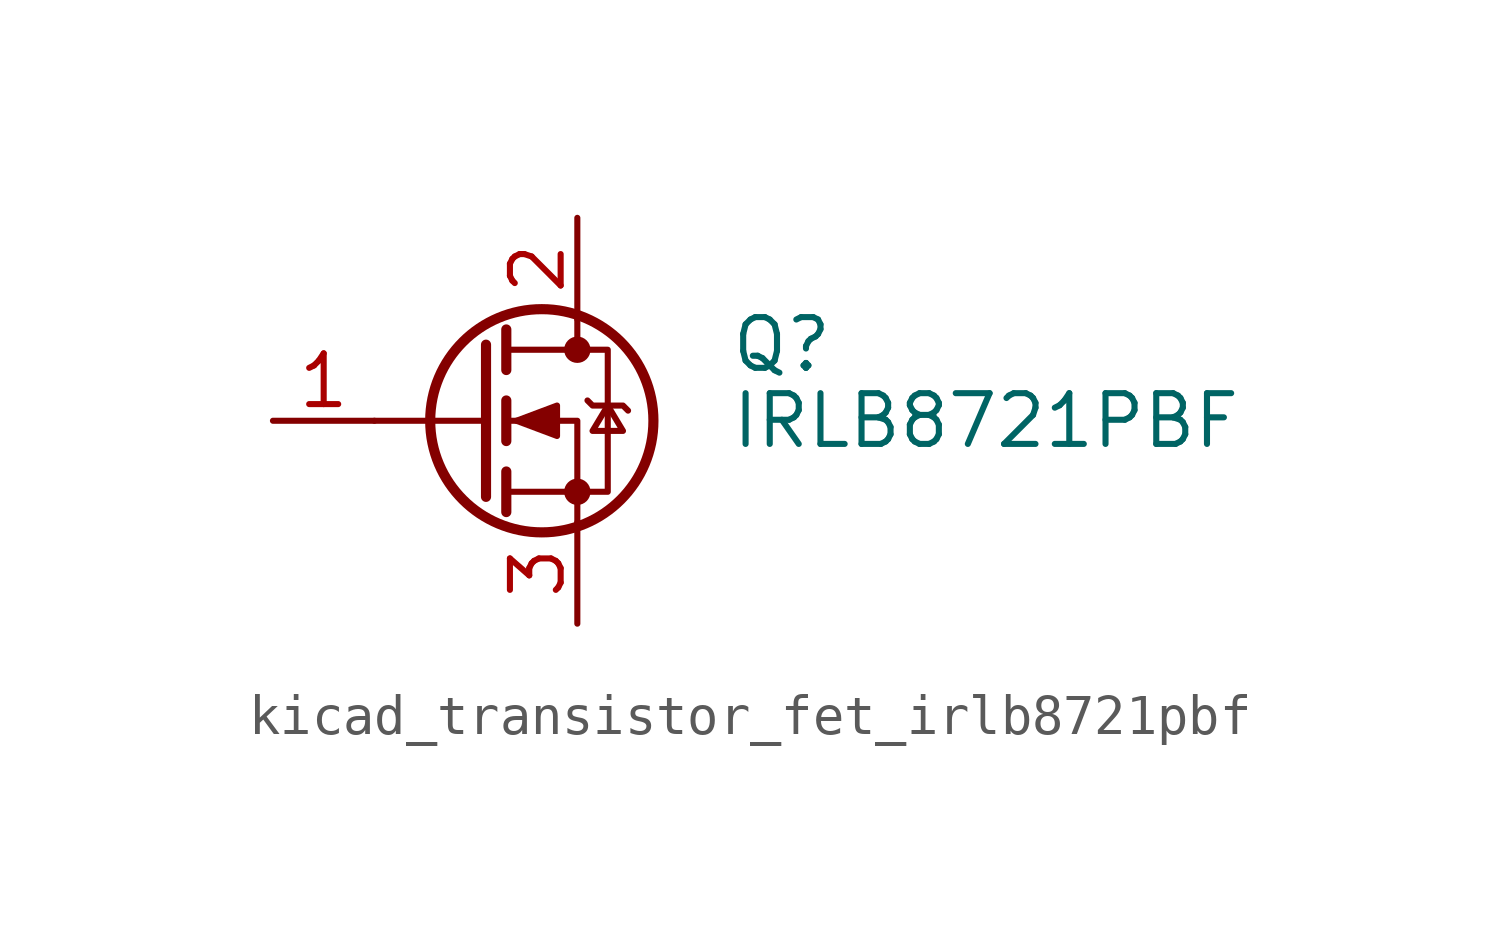
<source format=kicad_sym>
(kicad_symbol_lib
  (version 20220914)
  (generator kicad_symbol_editor)
  (symbol "kicad_transistor_fet_irlb8721pbf"
    (pin_names hide)
    (property "Reference" "Q"
      (at 6.35 1.905 0)
      (effects (font (size 1.27 1.27)) (justify left)))
    (property "Value" "IRLB8721PBF"
      (at 6.35 0 0)
      (effects (font (size 1.27 1.27)) (justify left)))
    (symbol "kicad_transistor_fet_irlb8721pbf_0_1"
      (polyline (pts (xy 0.254 0) (xy -2.54 0)) (stroke (width 0) (type default)) (fill (type none)))
      (polyline (pts (xy 0.254 1.905) (xy 0.254 -1.905)) (stroke (width 0.254) (type default)) (fill (type none)))
      (polyline (pts (xy 0.762 -1.27) (xy 0.762 -2.286)) (stroke (width 0.254) (type default)) (fill (type none)))
      (polyline (pts (xy 0.762 0.508) (xy 0.762 -0.508)) (stroke (width 0.254) (type default)) (fill (type none)))
      (polyline (pts (xy 0.762 2.286) (xy 0.762 1.27)) (stroke (width 0.254) (type default)) (fill (type none)))
      (polyline (pts (xy 2.54 2.54) (xy 2.54 1.778)) (stroke (width 0) (type default)) (fill (type none)))
      (polyline (pts (xy 2.54 -2.54) (xy 2.54 0) (xy 0.762 0)) (stroke (width 0) (type default)) (fill (type none)))
      (polyline (pts (xy 0.762 -1.778) (xy 3.302 -1.778) (xy 3.302 1.778) (xy 0.762 1.778)) (stroke (width 0) (type default)) (fill (type none)))
      (polyline (pts (xy 1.016 0) (xy 2.032 0.381) (xy 2.032 -0.381) (xy 1.016 0)) (stroke (width 0) (type default)) (fill (type outline)))
      (polyline (pts (xy 2.794 0.508) (xy 2.921 0.381) (xy 3.683 0.381) (xy 3.81 0.254)) (stroke (width 0) (type default)) (fill (type none)))
      (polyline (pts (xy 3.302 0.381) (xy 2.921 -0.254) (xy 3.683 -0.254) (xy 3.302 0.381)) (stroke (width 0) (type default)) (fill (type none)))
      (circle (center 1.651 0) (radius 2.794) (stroke (width 0.254) (type default)) (fill (type none)))
      (circle (center 2.54 -1.778) (radius 0.254) (stroke (width 0) (type default)) (fill (type outline)))
      (circle (center 2.54 1.778) (radius 0.254) (stroke (width 0) (type default)) (fill (type outline))))
    (symbol "kicad_transistor_fet_irlb8721pbf_1_1"
      (pin input line (at -5.08 0 0) (length 2.54) (name "G" (effects (font (size 1.27 1.27)))) (number "1" (effects (font (size 1.27 1.27)))))
      (pin passive line (at 2.54 5.08 270) (length 2.54) (name "D" (effects (font (size 1.27 1.27)))) (number "2" (effects (font (size 1.27 1.27)))))
      (pin passive line (at 2.54 -5.08 90) (length 2.54) (name "S" (effects (font (size 1.27 1.27)))) (number "3" (effects (font (size 1.27 1.27))))))))
</source>
